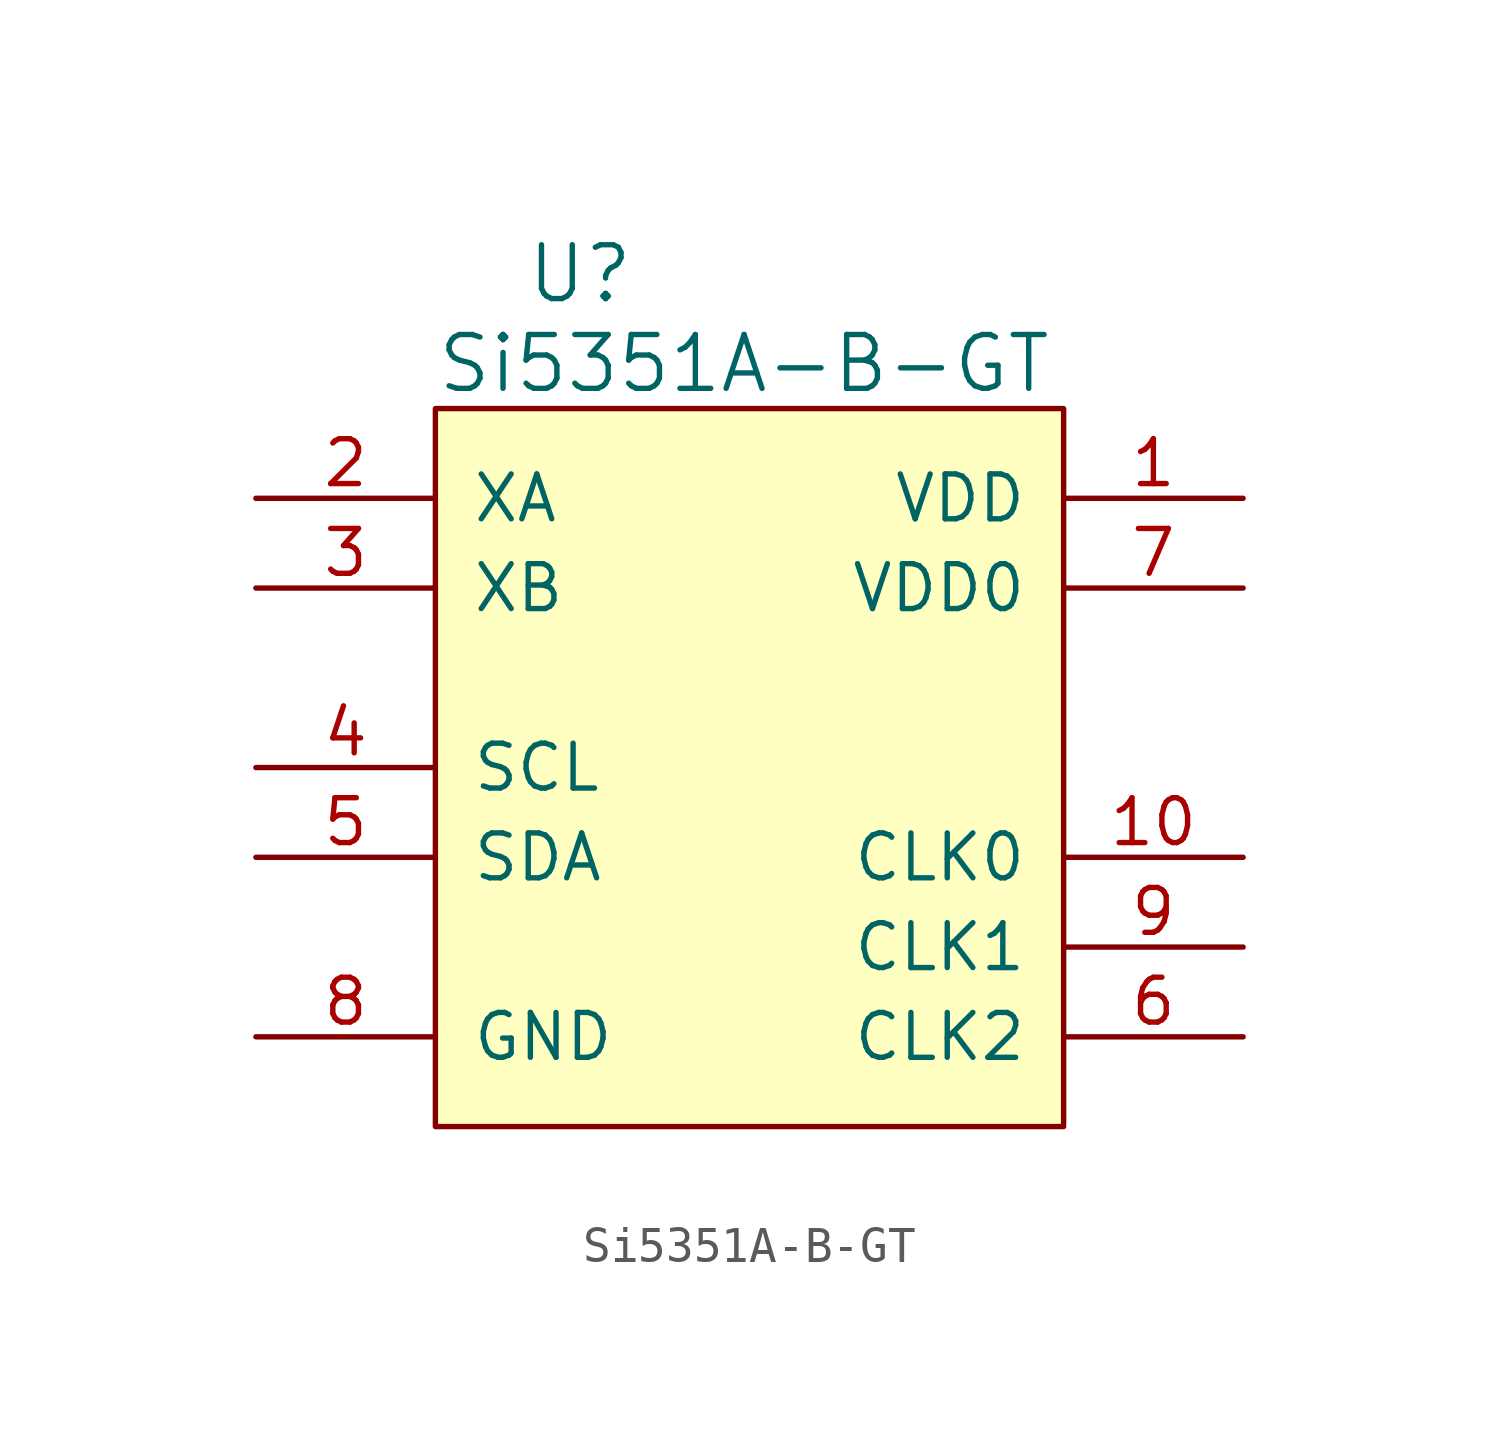
<source format=kicad_sym>
(kicad_symbol_lib
  (version 20211014)
  (generator kicad_symbol_editor)
  (symbol "Si5351A-B-GT"
    (pin_names
      (offset 1.016))
    (property "Reference" "U"
      (at -6.35 13.97 0)
      (effects (font (size 1.524 1.524)) (justify left)))
    (property "Value" "Si5351A-B-GT"
      (at -8.89 11.43 0)
      (effects (font (size 1.524 1.524)) (justify left)))
    (symbol "Si5351A-B-GT_0_1"
      (rectangle (start -8.89 10.16) (end 8.89 -10.16) (stroke (width 0) (type default)) (fill (type background))))
    (symbol "Si5351A-B-GT_1_1"
      (pin power_in line (at 13.97 7.62 180) (length 5.08) (name "VDD" (effects (font (size 1.27 1.27)))) (number "1" (effects (font (size 1.27 1.27)))))
      (pin output line (at 13.97 -2.54 180) (length 5.08) (name "CLK0" (effects (font (size 1.27 1.27)))) (number "10" (effects (font (size 1.27 1.27)))))
      (pin input line (at -13.97 7.62 0) (length 5.08) (name "XA" (effects (font (size 1.27 1.27)))) (number "2" (effects (font (size 1.27 1.27)))))
      (pin output line (at -13.97 5.08 0) (length 5.08) (name "XB" (effects (font (size 1.27 1.27)))) (number "3" (effects (font (size 1.27 1.27)))))
      (pin input line (at -13.97 0 0) (length 5.08) (name "SCL" (effects (font (size 1.27 1.27)))) (number "4" (effects (font (size 1.27 1.27)))))
      (pin input line (at -13.97 -2.54 0) (length 5.08) (name "SDA" (effects (font (size 1.27 1.27)))) (number "5" (effects (font (size 1.27 1.27)))))
      (pin output line (at 13.97 -7.62 180) (length 5.08) (name "CLK2" (effects (font (size 1.27 1.27)))) (number "6" (effects (font (size 1.27 1.27)))))
      (pin power_in line (at 13.97 5.08 180) (length 5.08) (name "VDD0" (effects (font (size 1.27 1.27)))) (number "7" (effects (font (size 1.27 1.27)))))
      (pin power_in line (at -13.97 -7.62 0) (length 5.08) (name "GND" (effects (font (size 1.27 1.27)))) (number "8" (effects (font (size 1.27 1.27)))))
      (pin output line (at 13.97 -5.08 180) (length 5.08) (name "CLK1" (effects (font (size 1.27 1.27)))) (number "9" (effects (font (size 1.27 1.27))))))))
</source>
